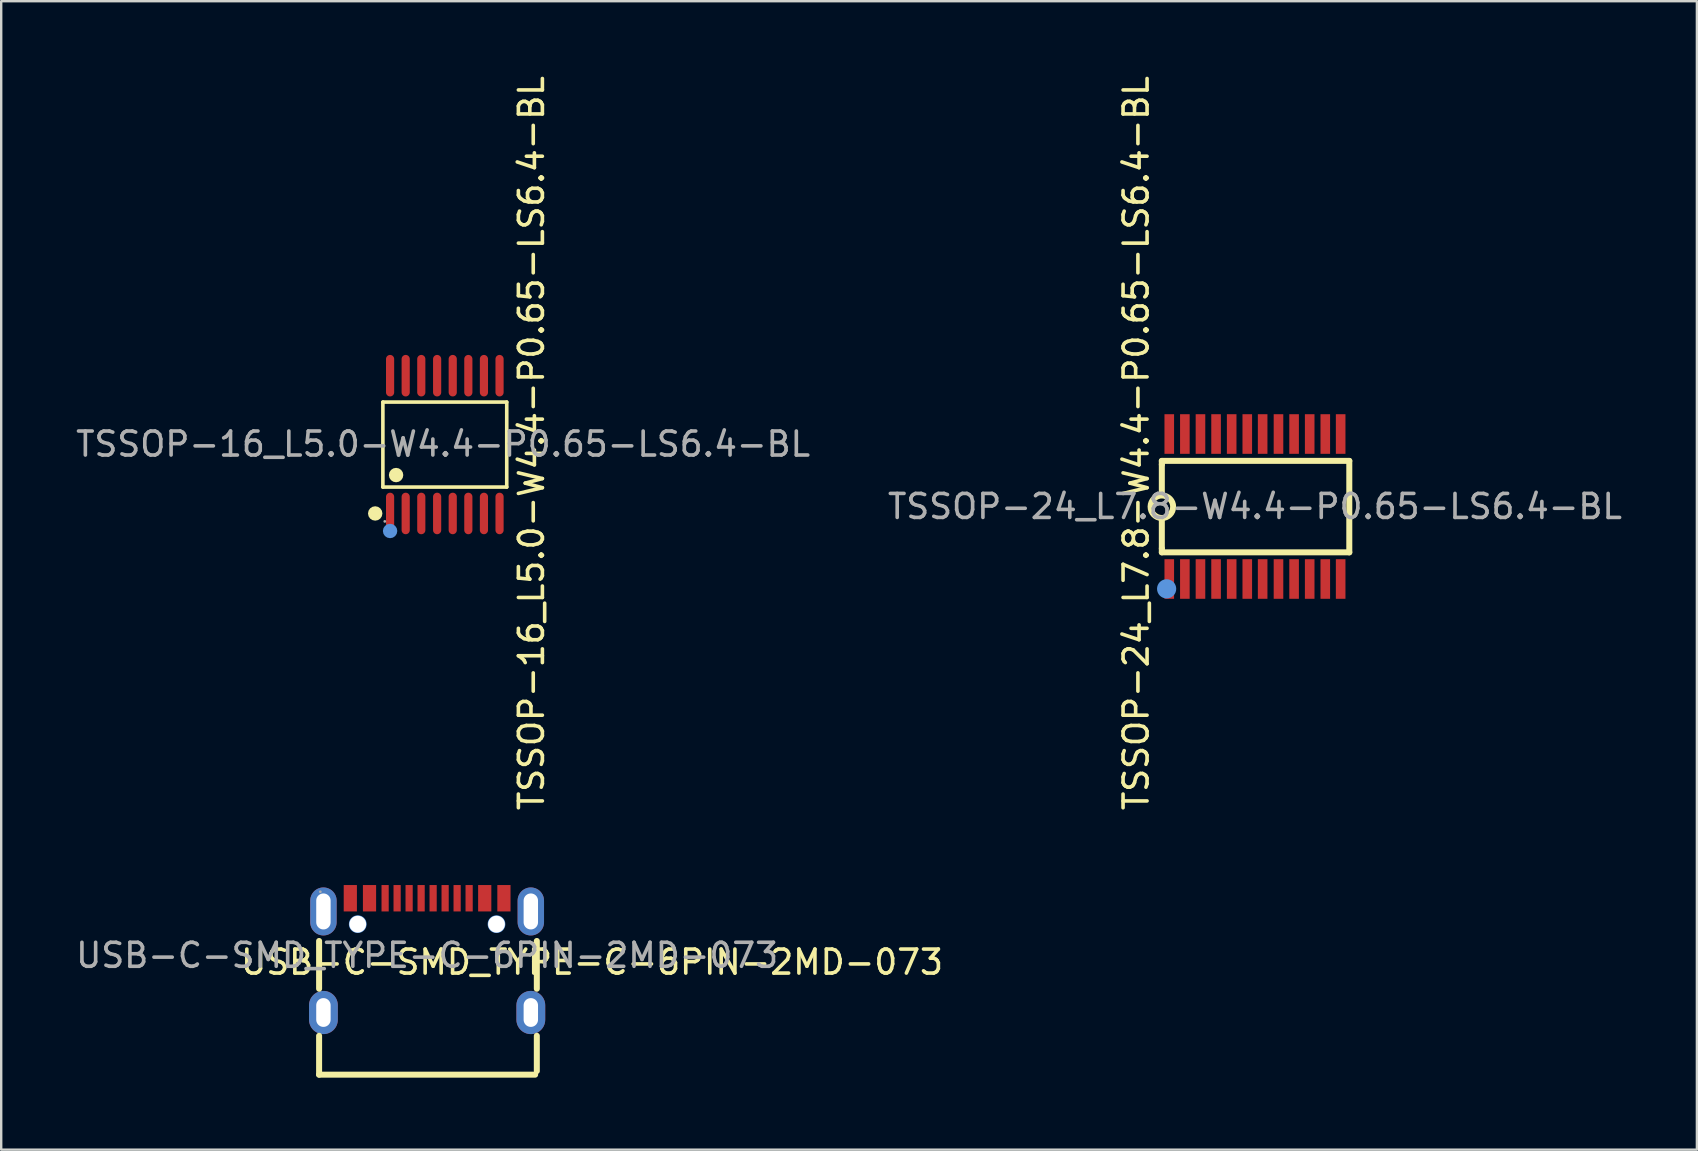
<source format=kicad_pcb>
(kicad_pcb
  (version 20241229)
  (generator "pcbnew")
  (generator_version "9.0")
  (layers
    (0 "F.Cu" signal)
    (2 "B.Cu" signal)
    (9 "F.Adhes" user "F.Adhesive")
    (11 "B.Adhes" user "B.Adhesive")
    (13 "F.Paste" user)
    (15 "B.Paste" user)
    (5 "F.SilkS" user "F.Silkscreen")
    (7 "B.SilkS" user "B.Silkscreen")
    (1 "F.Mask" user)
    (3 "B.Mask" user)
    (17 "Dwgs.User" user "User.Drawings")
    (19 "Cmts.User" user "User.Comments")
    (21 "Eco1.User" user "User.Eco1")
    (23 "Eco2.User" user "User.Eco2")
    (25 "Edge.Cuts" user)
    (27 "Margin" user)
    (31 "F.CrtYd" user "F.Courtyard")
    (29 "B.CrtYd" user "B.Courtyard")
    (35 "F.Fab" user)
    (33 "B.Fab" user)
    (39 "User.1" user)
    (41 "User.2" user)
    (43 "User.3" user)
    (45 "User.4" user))
  (footprint "TSSOP-16_L5.0-W4.4-P0.65-LS6.4-BL"
    (layer "F.Cu")
    (at 15.481 15.471)
    (property "Reference" "TSSOP-16_L5.0-W4.4-P0.65-LS6.4-BL" (at 3.61 -0.06 270) (layer "F.SilkS") (effects (font (size 1 1) (thickness 0.15))))
    (attr smd)
    (fp_line (start -2.58 -1.77) (end 2.58 -1.77) (stroke (width 0.15) (type solid)) (layer "F.SilkS"))
    (fp_line (start -2.58 1.77) (end -2.58 -1.77) (stroke (width 0.15) (type solid)) (layer "F.SilkS"))
    (fp_line (start 2.58 -1.77) (end 2.58 1.77) (stroke (width 0.15) (type solid)) (layer "F.SilkS"))
    (fp_line (start 2.58 1.77) (end -2.58 1.77) (stroke (width 0.15) (type solid)) (layer "F.SilkS"))
    (fp_circle (center -2.9 2.87) (end -2.75 2.87) (stroke (width 0.3) (type solid)) (fill no) (layer "F.SilkS"))
    (fp_circle (center -2.03 1.27) (end -1.88 1.27) (stroke (width 0.3) (type solid)) (fill no) (layer "F.SilkS"))
    (fp_circle (center -2.28 3.6) (end -2.13 3.6) (stroke (width 0.3) (type solid)) (fill no) (layer "Cmts.User"))
    (fp_circle (center -2.5 3.2) (end -2.47 3.2) (stroke (width 0.06) (type solid)) (fill no) (layer "F.Fab"))
    (fp_text user "${REFERENCE}" (at -0.07 -0.02 180) (layer "F.Fab") (effects (font (size 1 1) (thickness 0.15))))
    (pad "1" smd oval (at -2.28 2.87) (size 0.34 1.73) (layers "F.Cu" "F.Mask" "F.Paste"))
    (pad "2" smd oval (at -1.63 2.87) (size 0.34 1.73) (layers "F.Cu" "F.Mask" "F.Paste"))
    (pad "3" smd oval (at -0.98 2.87) (size 0.34 1.73) (layers "F.Cu" "F.Mask" "F.Paste"))
    (pad "4" smd oval (at -0.32 2.87) (size 0.34 1.73) (layers "F.Cu" "F.Mask" "F.Paste"))
    (pad "5" smd oval (at 0.33 2.87) (size 0.34 1.73) (layers "F.Cu" "F.Mask" "F.Paste"))
    (pad "6" smd oval (at 0.98 2.87) (size 0.34 1.73) (layers "F.Cu" "F.Mask" "F.Paste"))
    (pad "7" smd oval (at 1.63 2.87) (size 0.34 1.73) (layers "F.Cu" "F.Mask" "F.Paste"))
    (pad "8" smd oval (at 2.28 2.87) (size 0.34 1.73) (layers "F.Cu" "F.Mask" "F.Paste"))
    (pad "9" smd oval (at 2.28 -2.87) (size 0.34 1.73) (layers "F.Cu" "F.Mask" "F.Paste"))
    (pad "10" smd oval (at 1.63 -2.87) (size 0.34 1.73) (layers "F.Cu" "F.Mask" "F.Paste"))
    (pad "11" smd oval (at 0.98 -2.87) (size 0.34 1.73) (layers "F.Cu" "F.Mask" "F.Paste"))
    (pad "12" smd oval (at 0.33 -2.87) (size 0.34 1.73) (layers "F.Cu" "F.Mask" "F.Paste"))
    (pad "13" smd oval (at -0.32 -2.87) (size 0.34 1.73) (layers "F.Cu" "F.Mask" "F.Paste"))
    (pad "14" smd oval (at -0.98 -2.87) (size 0.34 1.73) (layers "F.Cu" "F.Mask" "F.Paste"))
    (pad "15" smd oval (at -1.63 -2.87) (size 0.34 1.73) (layers "F.Cu" "F.Mask" "F.Paste"))
    (pad "16" smd oval (at -2.28 -2.87) (size 0.34 1.73) (layers "F.Cu" "F.Mask" "F.Paste")))
  (footprint "USB-C-SMD_TYPE-C-6PIN-2MD-073"
    (layer "F.Cu")
    (at 14.744 36.751)
    (property "Reference" "USB-C-SMD_TYPE-C-6PIN-2MD-073" (at 6.87 0.282 180) (layer "F.SilkS") (effects (font (size 1 1) (thickness 0.15))))
    (attr smd)
    (fp_line (start -4.5 1.39) (end -4.5 -0.6) (stroke (width 0.25) (type solid)) (layer "F.SilkS"))
    (fp_line (start -4.5 4.97) (end -4.5 3.35) (stroke (width 0.25) (type solid)) (layer "F.SilkS"))
    (fp_line (start 4.5 4.97) (end -4.5 4.97) (stroke (width 0.25) (type solid)) (layer "F.SilkS"))
    (fp_line (start 4.57 1.39) (end 4.57 -0.6) (stroke (width 0.25) (type solid)) (layer "F.SilkS"))
    (fp_line (start 4.57 4.82) (end 4.57 3.35) (stroke (width 0.25) (type solid)) (layer "F.SilkS"))
    (fp_circle (center -2.89 -1.3) (end -2.77 -1.3) (stroke (width 0.25) (type solid)) (fill no) (layer "Cmts.User"))
    (fp_circle (center 2.89 -1.3) (end 3.01 -1.3) (stroke (width 0.25) (type solid)) (fill no) (layer "Cmts.User"))
    (fp_circle (center -4.45 -2.65) (end -4.42 -2.65) (stroke (width 0.06) (type solid)) (fill no) (layer "F.Fab"))
    (fp_text user "${REFERENCE}" (at 0 0 180) (layer "F.Fab") (effects (font (size 1 1) (thickness 0.15))))
    (pad "" np_thru_hole circle (at -2.89 -1.3) (size 0.7 0.7) (drill 0.7) (layers "*.Cu" "*.Mask"))
    (pad "" np_thru_hole circle (at 2.89 -1.3) (size 0.7 0.7) (drill 0.7) (layers "*.Cu" "*.Mask"))
    (pad "1" smd rect (at -3.2 -2.38) (size 0.55 1.1) (layers "F.Cu" "F.Mask" "F.Paste"))
    (pad "2" smd rect (at -2.4 -2.38) (size 0.55 1.1) (layers "F.Cu" "F.Mask" "F.Paste"))
    (pad "3" smd rect (at -1.75 -2.38) (size 0.3 1.1) (layers "F.Cu" "F.Mask" "F.Paste"))
    (pad "4" smd rect (at -1.25 -2.38) (size 0.3 1.1) (layers "F.Cu" "F.Mask" "F.Paste"))
    (pad "5" smd rect (at -0.75 -2.38) (size 0.3 1.1) (layers "F.Cu" "F.Mask" "F.Paste"))
    (pad "6" smd rect (at -0.25 -2.38) (size 0.3 1.1) (layers "F.Cu" "F.Mask" "F.Paste"))
    (pad "7" smd rect (at 0.25 -2.38) (size 0.3 1.1) (layers "F.Cu" "F.Mask" "F.Paste"))
    (pad "8" smd rect (at 0.75 -2.38) (size 0.3 1.1) (layers "F.Cu" "F.Mask" "F.Paste"))
    (pad "9" smd rect (at 1.25 -2.38) (size 0.3 1.1) (layers "F.Cu" "F.Mask" "F.Paste"))
    (pad "10" smd rect (at 1.75 -2.38) (size 0.3 1.1) (layers "F.Cu" "F.Mask" "F.Paste"))
    (pad "11" smd rect (at 2.4 -2.38) (size 0.55 1.1) (layers "F.Cu" "F.Mask" "F.Paste"))
    (pad "12" smd rect (at 3.2 -2.38) (size 0.55 1.1) (layers "F.Cu" "F.Mask" "F.Paste"))
    (pad "13" thru_hole oval (at -4.32 -1.83) (size 1.1 2) (drill oval 0.6 1.5) (layers "*.Cu" "*.Mask"))
    (pad "13" thru_hole oval (at -4.32 2.38) (size 1.2 1.8) (drill oval 0.6 1.2) (layers "*.Cu" "*.Mask"))
    (pad "14" thru_hole oval (at 4.32 -1.83) (size 1.1 2) (drill oval 0.6 1.5) (layers "*.Cu" "*.Mask"))
    (pad "14" thru_hole oval (at 4.32 2.38) (size 1.2 1.8) (drill oval 0.6 1.2) (layers "*.Cu" "*.Mask")))
  (footprint "TSSOP-24_L7.8-W4.4-P0.65-LS6.4-BL"
    (layer "F.Cu")
    (at 49.232 18.051)
    (property "Reference" "TSSOP-24_L7.8-W4.4-P0.65-LS6.4-BL" (at -4.95 -2.64 90) (layer "F.SilkS") (effects (font (size 1 1) (thickness 0.15))))
    (attr smd)
    (fp_line (start -3.88 -1.9) (end 3.93 -1.9) (stroke (width 0.25) (type solid)) (layer "F.SilkS"))
    (fp_line (start -3.88 -1.75) (end -3.88 -1.9) (stroke (width 0.25) (type solid)) (layer "F.SilkS"))
    (fp_line (start -3.88 -0.48) (end -3.88 -1.75) (stroke (width 0.25) (type solid)) (layer "F.SilkS"))
    (fp_line (start -3.88 1.75) (end -3.88 0.48) (stroke (width 0.25) (type solid)) (layer "F.SilkS"))
    (fp_line (start -3.88 1.75) (end -3.88 1.91) (stroke (width 0.25) (type solid)) (layer "F.SilkS"))
    (fp_line (start -3.88 1.91) (end 3.93 1.91) (stroke (width 0.25) (type solid)) (layer "F.SilkS"))
    (fp_line (start 3.93 -1.9) (end 3.93 1.91) (stroke (width 0.25) (type solid)) (layer "F.SilkS"))
    (fp_arc (start -3.888203 0.479928) (mid -3.875898 -0.459982) (end -3.88 0.48) (stroke (width 0.25) (type solid)) (layer "F.SilkS"))
    (fp_circle (center -3.68 3.43) (end -3.48 3.43) (stroke (width 0.4) (type solid)) (fill no) (layer "Cmts.User"))
    (fp_circle (center -3.9 3.19) (end -3.87 3.19) (stroke (width 0.06) (type solid)) (fill no) (layer "F.Fab"))
    (fp_text user "${REFERENCE}" (at 0 0 0) (layer "F.Fab") (effects (font (size 1 1) (thickness 0.15))))
    (pad "1" smd rect (at -3.57 3.02) (size 0.4 1.65) (layers "F.Cu" "F.Mask" "F.Paste"))
    (pad "2" smd rect (at -2.92 3.02) (size 0.4 1.65) (layers "F.Cu" "F.Mask" "F.Paste"))
    (pad "3" smd rect (at -2.27 3.02) (size 0.4 1.65) (layers "F.Cu" "F.Mask" "F.Paste"))
    (pad "4" smd rect (at -1.62 3.02) (size 0.4 1.65) (layers "F.Cu" "F.Mask" "F.Paste"))
    (pad "5" smd rect (at -0.97 3.02) (size 0.4 1.65) (layers "F.Cu" "F.Mask" "F.Paste"))
    (pad "6" smd rect (at -0.32 3.02) (size 0.4 1.65) (layers "F.Cu" "F.Mask" "F.Paste"))
    (pad "7" smd rect (at 0.32 3.02) (size 0.4 1.65) (layers "F.Cu" "F.Mask" "F.Paste"))
    (pad "8" smd rect (at 0.98 3.02) (size 0.4 1.65) (layers "F.Cu" "F.Mask" "F.Paste"))
    (pad "9" smd rect (at 1.63 3.02) (size 0.4 1.65) (layers "F.Cu" "F.Mask" "F.Paste"))
    (pad "10" smd rect (at 2.28 3.02) (size 0.4 1.65) (layers "F.Cu" "F.Mask" "F.Paste"))
    (pad "11" smd rect (at 2.93 3.02) (size 0.4 1.65) (layers "F.Cu" "F.Mask" "F.Paste"))
    (pad "12" smd rect (at 3.57 3.02) (size 0.4 1.65) (layers "F.Cu" "F.Mask" "F.Paste"))
    (pad "13" smd rect (at 3.57 -3.02) (size 0.4 1.65) (layers "F.Cu" "F.Mask" "F.Paste"))
    (pad "14" smd rect (at 2.93 -3.02) (size 0.4 1.65) (layers "F.Cu" "F.Mask" "F.Paste"))
    (pad "15" smd rect (at 2.28 -3.02) (size 0.4 1.65) (layers "F.Cu" "F.Mask" "F.Paste"))
    (pad "16" smd rect (at 1.63 -3.02) (size 0.4 1.65) (layers "F.Cu" "F.Mask" "F.Paste"))
    (pad "17" smd rect (at 0.98 -3.02) (size 0.4 1.65) (layers "F.Cu" "F.Mask" "F.Paste"))
    (pad "18" smd rect (at 0.32 -3.02) (size 0.4 1.65) (layers "F.Cu" "F.Mask" "F.Paste"))
    (pad "19" smd rect (at -0.32 -3.02) (size 0.4 1.65) (layers "F.Cu" "F.Mask" "F.Paste"))
    (pad "20" smd rect (at -0.97 -3.02) (size 0.4 1.65) (layers "F.Cu" "F.Mask" "F.Paste"))
    (pad "21" smd rect (at -1.62 -3.02) (size 0.4 1.65) (layers "F.Cu" "F.Mask" "F.Paste"))
    (pad "22" smd rect (at -2.27 -3.02) (size 0.4 1.65) (layers "F.Cu" "F.Mask" "F.Paste"))
    (pad "23" smd rect (at -2.92 -3.02) (size 0.4 1.65) (layers "F.Cu" "F.Mask" "F.Paste"))
    (pad "24" smd rect (at -3.57 -3.02) (size 0.4 1.65) (layers "F.Cu" "F.Mask" "F.Paste")))
  (gr_rect
    (start -3 -3)
    (end 67.643 44.846)
    (stroke (width 0.1) (type default))
    (fill no)
    (layer "Edge.Cuts")))
</source>
